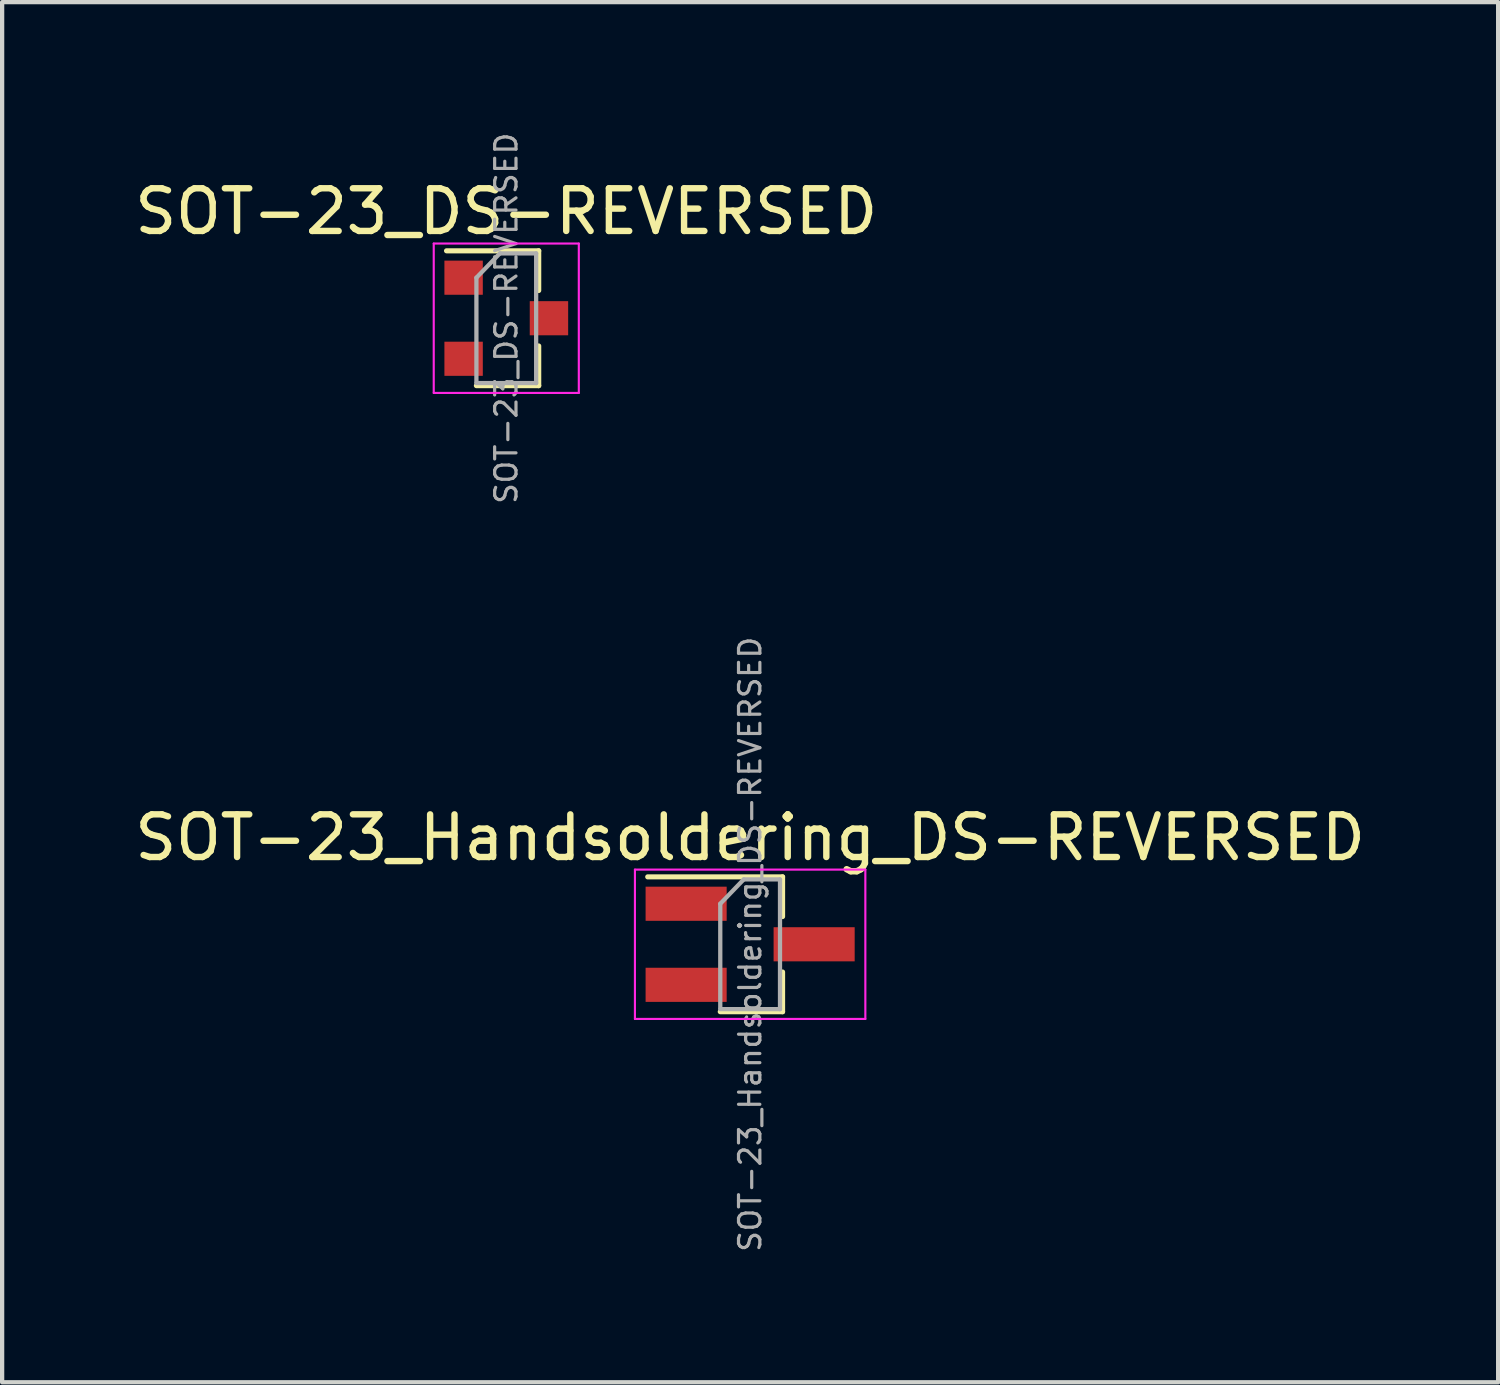
<source format=kicad_pcb>
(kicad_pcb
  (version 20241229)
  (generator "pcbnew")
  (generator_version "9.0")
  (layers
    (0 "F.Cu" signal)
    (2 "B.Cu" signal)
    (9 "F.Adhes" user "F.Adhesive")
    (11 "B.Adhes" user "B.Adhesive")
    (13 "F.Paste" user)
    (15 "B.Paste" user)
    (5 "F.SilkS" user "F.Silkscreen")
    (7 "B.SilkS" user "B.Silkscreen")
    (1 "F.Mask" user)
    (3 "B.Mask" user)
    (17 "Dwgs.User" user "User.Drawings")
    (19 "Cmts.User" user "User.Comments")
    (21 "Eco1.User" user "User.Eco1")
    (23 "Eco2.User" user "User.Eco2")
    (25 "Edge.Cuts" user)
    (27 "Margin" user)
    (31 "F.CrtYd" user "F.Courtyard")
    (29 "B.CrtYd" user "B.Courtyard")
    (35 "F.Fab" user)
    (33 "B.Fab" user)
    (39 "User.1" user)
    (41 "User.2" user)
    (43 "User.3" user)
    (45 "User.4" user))
  (footprint "SOT-23_Handsoldering_DS-REVERSED"
    (layer "F.Cu")
    (at 14.53 19.08)
    (property "Reference" "SOT-23_Handsoldering_DS-REVERSED" (at 0 -2.5 0) (layer "F.SilkS") (effects (font (size 1 1) (thickness 0.15))))
    (attr smd)
    (fp_line (start 0.76 -1.58) (end -2.4 -1.58) (stroke (width 0.12) (type solid)) (layer "F.SilkS"))
    (fp_line (start 0.76 -1.58) (end 0.76 -0.65) (stroke (width 0.12) (type solid)) (layer "F.SilkS"))
    (fp_line (start 0.76 1.58) (end -0.7 1.58) (stroke (width 0.12) (type solid)) (layer "F.SilkS"))
    (fp_line (start 0.76 1.58) (end 0.76 0.65) (stroke (width 0.12) (type solid)) (layer "F.SilkS"))
    (fp_line (start -2.7 -1.75) (end 2.7 -1.75) (stroke (width 0.05) (type solid)) (layer "F.CrtYd"))
    (fp_line (start -2.7 1.75) (end -2.7 -1.75) (stroke (width 0.05) (type solid)) (layer "F.CrtYd"))
    (fp_line (start 2.7 -1.75) (end 2.7 1.75) (stroke (width 0.05) (type solid)) (layer "F.CrtYd"))
    (fp_line (start 2.7 1.75) (end -2.7 1.75) (stroke (width 0.05) (type solid)) (layer "F.CrtYd"))
    (fp_line (start -0.7 -0.95) (end -0.7 1.5) (stroke (width 0.1) (type solid)) (layer "F.Fab"))
    (fp_line (start -0.7 -0.95) (end -0.15 -1.52) (stroke (width 0.1) (type solid)) (layer "F.Fab"))
    (fp_line (start -0.7 1.52) (end 0.7 1.52) (stroke (width 0.1) (type solid)) (layer "F.Fab"))
    (fp_line (start -0.15 -1.52) (end 0.7 -1.52) (stroke (width 0.1) (type solid)) (layer "F.Fab"))
    (fp_line (start 0.7 -1.52) (end 0.7 1.52) (stroke (width 0.1) (type solid)) (layer "F.Fab"))
    (fp_text user "${REFERENCE}" (at 0 0 90) (layer "F.Fab") (effects (font (size 0.5 0.5) (thickness 0.075))))
    (pad "1" smd rect (at -1.5 -0.95) (size 1.9 0.8) (layers "F.Cu" "F.Mask" "F.Paste"))
    (pad "2" smd rect (at 1.5 0) (size 1.9 0.8) (layers "F.Cu" "F.Mask" "F.Paste"))
    (pad "3" smd rect (at -1.5 0.95) (size 1.9 0.8) (layers "F.Cu" "F.Mask" "F.Paste")))
  (footprint "SOT-23_DS-REVERSED"
    (layer "F.Cu")
    (at 8.815 4.408)
    (property "Reference" "SOT-23_DS-REVERSED" (at 0 -2.5 0) (layer "F.SilkS") (effects (font (size 1 1) (thickness 0.15))))
    (attr smd)
    (fp_line (start 0.76 -1.58) (end -1.4 -1.58) (stroke (width 0.12) (type solid)) (layer "F.SilkS"))
    (fp_line (start 0.76 -1.58) (end 0.76 -0.65) (stroke (width 0.12) (type solid)) (layer "F.SilkS"))
    (fp_line (start 0.76 1.58) (end -0.7 1.58) (stroke (width 0.12) (type solid)) (layer "F.SilkS"))
    (fp_line (start 0.76 1.58) (end 0.76 0.65) (stroke (width 0.12) (type solid)) (layer "F.SilkS"))
    (fp_line (start -1.7 -1.75) (end 1.7 -1.75) (stroke (width 0.05) (type solid)) (layer "F.CrtYd"))
    (fp_line (start -1.7 1.75) (end -1.7 -1.75) (stroke (width 0.05) (type solid)) (layer "F.CrtYd"))
    (fp_line (start 1.7 -1.75) (end 1.7 1.75) (stroke (width 0.05) (type solid)) (layer "F.CrtYd"))
    (fp_line (start 1.7 1.75) (end -1.7 1.75) (stroke (width 0.05) (type solid)) (layer "F.CrtYd"))
    (fp_line (start -0.7 -0.95) (end -0.7 1.5) (stroke (width 0.1) (type solid)) (layer "F.Fab"))
    (fp_line (start -0.7 -0.95) (end -0.15 -1.52) (stroke (width 0.1) (type solid)) (layer "F.Fab"))
    (fp_line (start -0.7 1.52) (end 0.7 1.52) (stroke (width 0.1) (type solid)) (layer "F.Fab"))
    (fp_line (start -0.15 -1.52) (end 0.7 -1.52) (stroke (width 0.1) (type solid)) (layer "F.Fab"))
    (fp_line (start 0.7 -1.52) (end 0.7 1.52) (stroke (width 0.1) (type solid)) (layer "F.Fab"))
    (fp_text user "${REFERENCE}" (at 0 0 90) (layer "F.Fab") (effects (font (size 0.5 0.5) (thickness 0.075))))
    (pad "1" smd rect (at -1 -0.95) (size 0.9 0.8) (layers "F.Cu" "F.Mask" "F.Paste"))
    (pad "2" smd rect (at 1 0) (size 0.9 0.8) (layers "F.Cu" "F.Mask" "F.Paste"))
    (pad "3" smd rect (at -1 0.95) (size 0.9 0.8) (layers "F.Cu" "F.Mask" "F.Paste")))
  (gr_rect
    (start -3 -3)
    (end 32.06 29.345)
    (stroke (width 0.1) (type default))
    (fill no)
    (layer "Edge.Cuts")))
</source>
